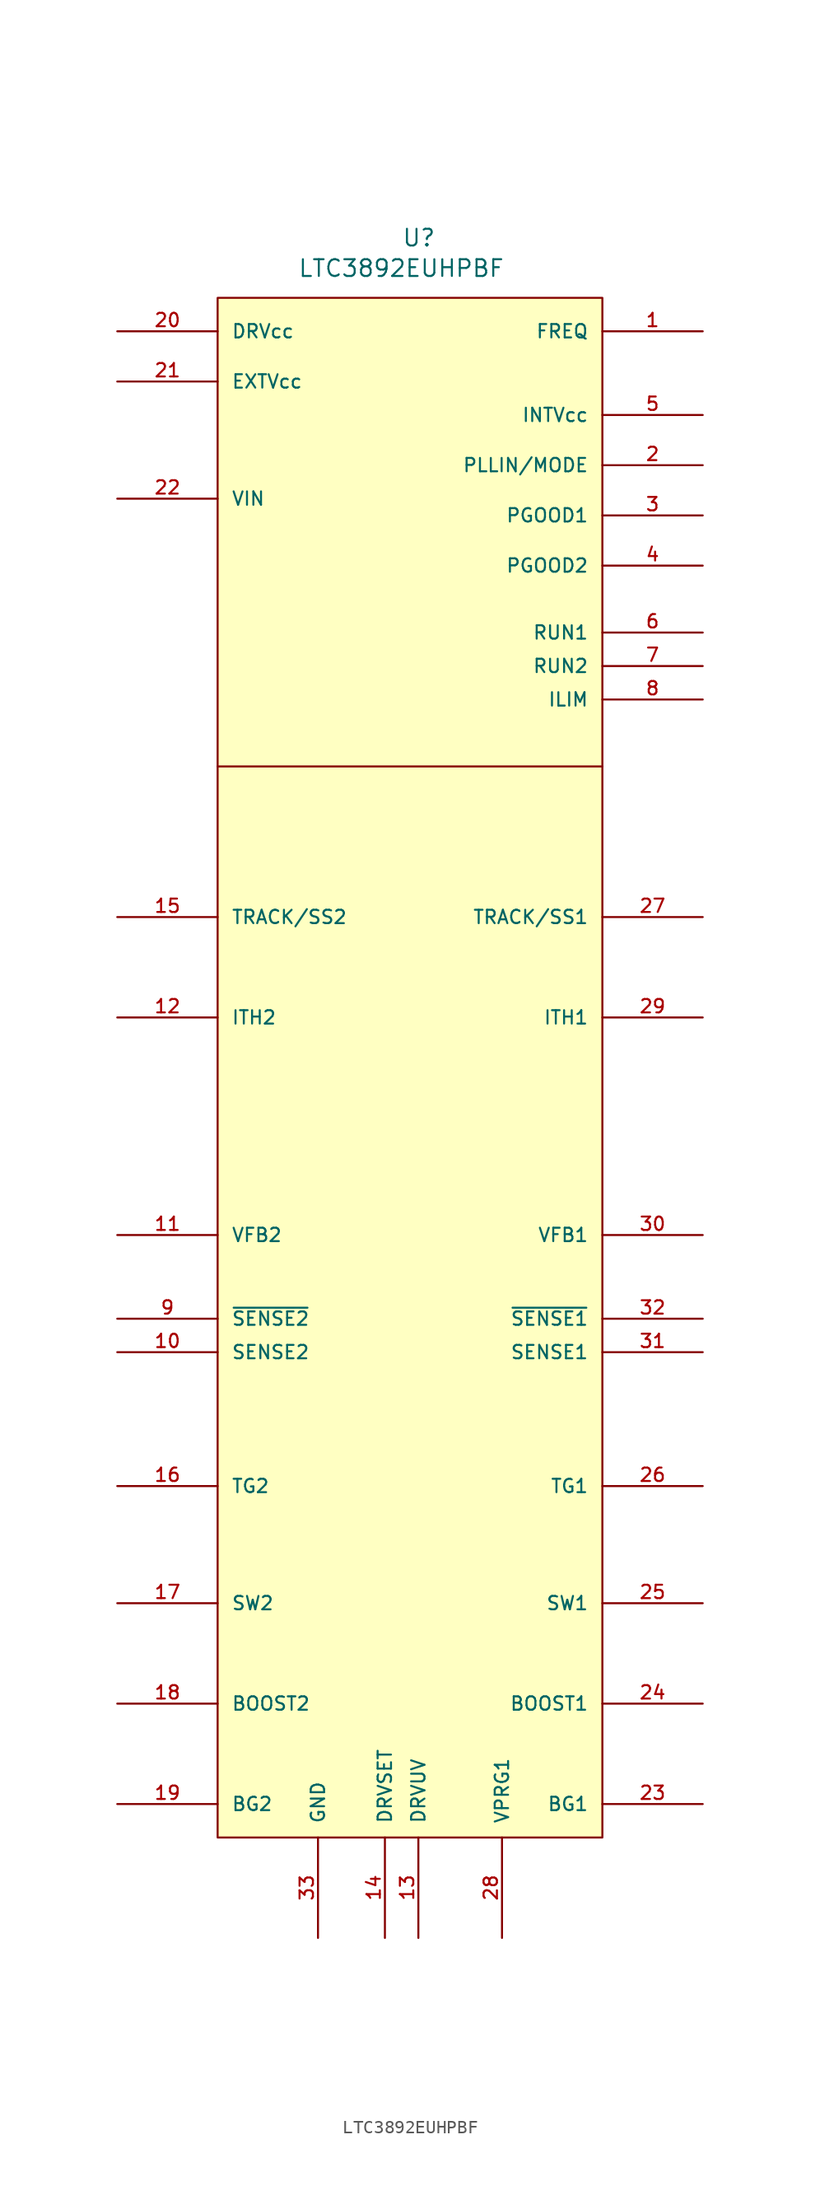
<source format=kicad_sym>
(kicad_symbol_lib
  (version 20211014)
  (generator kicad_symbol_editor)
  (symbol "LTC3892EUHPBF"
    (pin_names
      (offset 1.016))
    (property "Reference" "U"
      (at 0 54.61 0)
      (effects (font (size 1.27 1.27)) (justify left bottom)))
    (property "Value" "LTC3892EUHPBF"
      (at -7.899 52.299 0)
      (effects (font (size 1.27 1.27)) (justify left bottom)))
    (property "ki_locked" ""
      (at 0 0 0)
      (effects (font (size 1.27 1.27))))
    (symbol "LTC3892EUHPBF_0_0"
      (pin passive line (at 22.86 48.26 180) (length 7.62) (name "FREQ" (effects (font (size 1.016 1.016)))) (number "1" (effects (font (size 1.016 1.016)))))
      (pin input line (at -21.59 -29.21 0) (length 7.62) (name "SENSE2" (effects (font (size 1.016 1.016)))) (number "10" (effects (font (size 1.016 1.016)))))
      (pin input line (at -21.59 -20.32 0) (length 7.62) (name "VFB2" (effects (font (size 1.016 1.016)))) (number "11" (effects (font (size 1.016 1.016)))))
      (pin output line (at -21.59 -3.81 0) (length 7.62) (name "ITH2" (effects (font (size 1.016 1.016)))) (number "12" (effects (font (size 1.016 1.016)))))
      (pin passive line (at 1.27 -73.66 90) (length 7.62) (name "DRVUV" (effects (font (size 1.016 1.016)))) (number "13" (effects (font (size 1.016 1.016)))))
      (pin passive line (at -1.27 -73.66 90) (length 7.62) (name "DRVSET" (effects (font (size 1.016 1.016)))) (number "14" (effects (font (size 1.016 1.016)))))
      (pin input line (at -21.59 3.81 0) (length 7.62) (name "TRACK/SS2" (effects (font (size 1.016 1.016)))) (number "15" (effects (font (size 1.016 1.016)))))
      (pin output line (at -21.59 -39.37 0) (length 7.62) (name "TG2" (effects (font (size 1.016 1.016)))) (number "16" (effects (font (size 1.016 1.016)))))
      (pin passive line (at -21.59 -48.26 0) (length 7.62) (name "SW2" (effects (font (size 1.016 1.016)))) (number "17" (effects (font (size 1.016 1.016)))))
      (pin passive line (at -21.59 -55.88 0) (length 7.62) (name "BOOST2" (effects (font (size 1.016 1.016)))) (number "18" (effects (font (size 1.016 1.016)))))
      (pin passive line (at -21.59 -63.5 0) (length 7.62) (name "BG2" (effects (font (size 1.016 1.016)))) (number "19" (effects (font (size 1.016 1.016)))))
      (pin input line (at 22.86 38.1 180) (length 7.62) (name "PLLIN/MODE" (effects (font (size 1.016 1.016)))) (number "2" (effects (font (size 1.016 1.016)))))
      (pin output line (at -21.59 48.26 0) (length 7.62) (name "DRVcc" (effects (font (size 1.016 1.016)))) (number "20" (effects (font (size 1.016 1.016)))))
      (pin input line (at -21.59 44.45 0) (length 7.62) (name "EXTVcc" (effects (font (size 1.016 1.016)))) (number "21" (effects (font (size 1.016 1.016)))))
      (pin input line (at -21.59 35.56 0) (length 7.62) (name "VIN" (effects (font (size 1.016 1.016)))) (number "22" (effects (font (size 1.016 1.016)))))
      (pin passive line (at 22.86 -63.5 180) (length 7.62) (name "BG1" (effects (font (size 1.016 1.016)))) (number "23" (effects (font (size 1.016 1.016)))))
      (pin passive line (at 22.86 -55.88 180) (length 7.62) (name "BOOST1" (effects (font (size 1.016 1.016)))) (number "24" (effects (font (size 1.016 1.016)))))
      (pin passive line (at 22.86 -48.26 180) (length 7.62) (name "SW1" (effects (font (size 1.016 1.016)))) (number "25" (effects (font (size 1.016 1.016)))))
      (pin output line (at 22.86 -39.37 180) (length 7.62) (name "TG1" (effects (font (size 1.016 1.016)))) (number "26" (effects (font (size 1.016 1.016)))))
      (pin input line (at 22.86 3.81 180) (length 7.62) (name "TRACK/SS1" (effects (font (size 1.016 1.016)))) (number "27" (effects (font (size 1.016 1.016)))))
      (pin output line (at 7.62 -73.66 90) (length 7.62) (name "VPRG1" (effects (font (size 1.016 1.016)))) (number "28" (effects (font (size 1.016 1.016)))))
      (pin output line (at 22.86 -3.81 180) (length 7.62) (name "ITH1" (effects (font (size 1.016 1.016)))) (number "29" (effects (font (size 1.016 1.016)))))
      (pin output line (at 22.86 34.29 180) (length 7.62) (name "PGOOD1" (effects (font (size 1.016 1.016)))) (number "3" (effects (font (size 1.016 1.016)))))
      (pin input line (at 22.86 -20.32 180) (length 7.62) (name "VFB1" (effects (font (size 1.016 1.016)))) (number "30" (effects (font (size 1.016 1.016)))))
      (pin input line (at 22.86 -29.21 180) (length 7.62) (name "SENSE1" (effects (font (size 1.016 1.016)))) (number "31" (effects (font (size 1.016 1.016)))))
      (pin input line (at 22.86 -26.67 180) (length 7.62) (name "~{SENSE1}" (effects (font (size 1.016 1.016)))) (number "32" (effects (font (size 1.016 1.016)))))
      (pin free line (at -6.35 -73.66 90) (length 7.62) (name "GND" (effects (font (size 1.016 1.016)))) (number "33" (effects (font (size 1.016 1.016)))))
      (pin output line (at 22.86 30.48 180) (length 7.62) (name "PGOOD2" (effects (font (size 1.016 1.016)))) (number "4" (effects (font (size 1.016 1.016)))))
      (pin output line (at 22.86 41.91 180) (length 7.62) (name "INTVcc" (effects (font (size 1.016 1.016)))) (number "5" (effects (font (size 1.016 1.016)))))
      (pin input line (at 22.86 25.4 180) (length 7.62) (name "RUN1" (effects (font (size 1.016 1.016)))) (number "6" (effects (font (size 1.016 1.016)))))
      (pin input line (at 22.86 22.86 180) (length 7.62) (name "RUN2" (effects (font (size 1.016 1.016)))) (number "7" (effects (font (size 1.016 1.016)))))
      (pin input line (at 22.86 20.32 180) (length 7.62) (name "ILIM" (effects (font (size 1.016 1.016)))) (number "8" (effects (font (size 1.016 1.016)))))
      (pin input line (at -21.59 -26.67 0) (length 7.62) (name "~{SENSE2}" (effects (font (size 1.016 1.016)))) (number "9" (effects (font (size 1.016 1.016))))))
    (symbol "LTC3892EUHPBF_1_1"
      (rectangle (start -13.97 50.8) (end 15.24 -66.04) (stroke (width 0) (type default) (color 0 0 0 0)) (fill (type background)))
      (polyline (pts (xy -13.97 15.24) (xy 15.24 15.24)) (stroke (width 0) (type default) (color 0 0 0 0)) (fill (type none))))))
</source>
